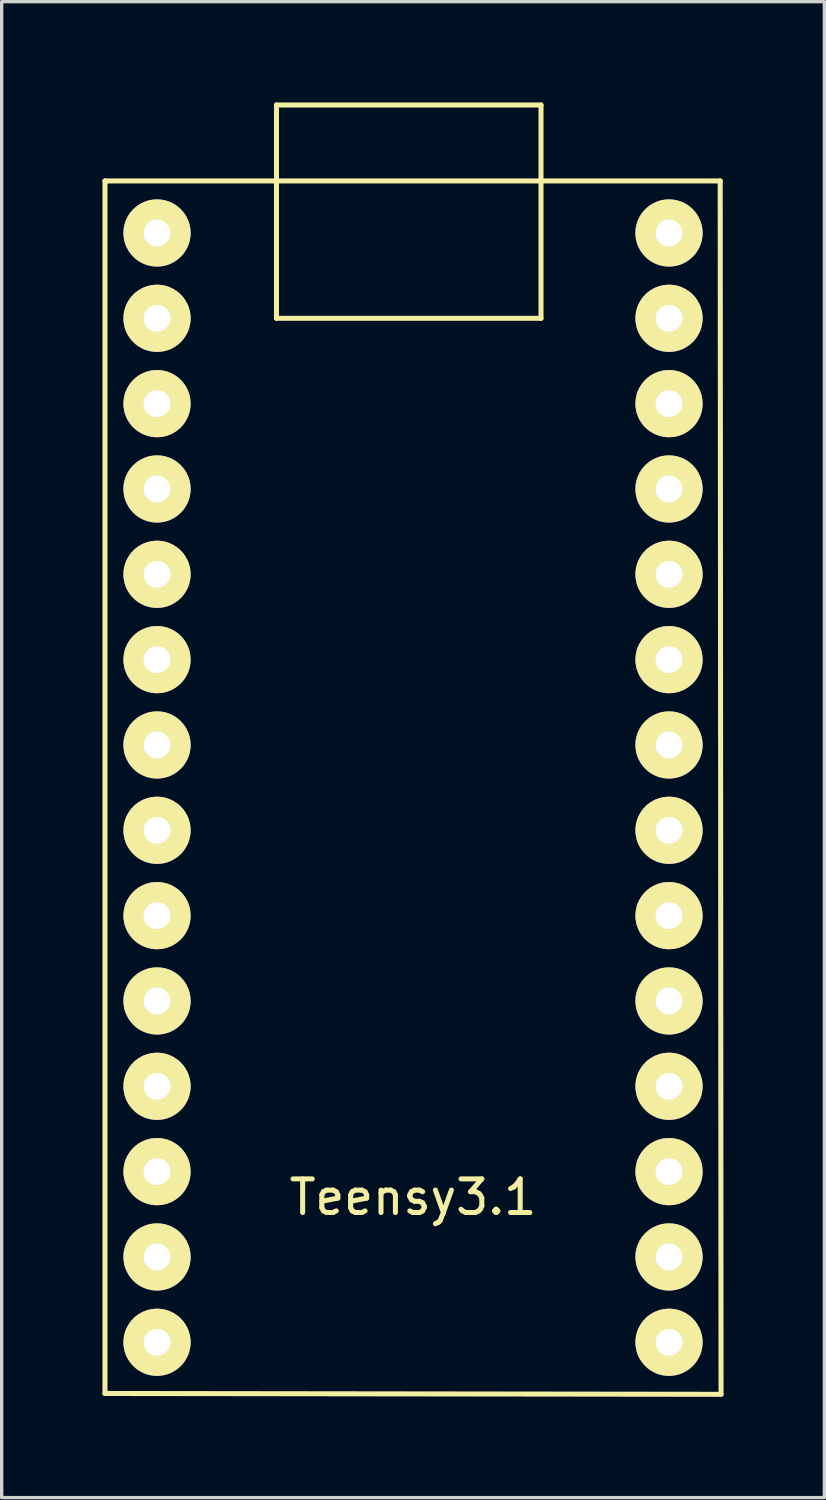
<source format=kicad_pcb>
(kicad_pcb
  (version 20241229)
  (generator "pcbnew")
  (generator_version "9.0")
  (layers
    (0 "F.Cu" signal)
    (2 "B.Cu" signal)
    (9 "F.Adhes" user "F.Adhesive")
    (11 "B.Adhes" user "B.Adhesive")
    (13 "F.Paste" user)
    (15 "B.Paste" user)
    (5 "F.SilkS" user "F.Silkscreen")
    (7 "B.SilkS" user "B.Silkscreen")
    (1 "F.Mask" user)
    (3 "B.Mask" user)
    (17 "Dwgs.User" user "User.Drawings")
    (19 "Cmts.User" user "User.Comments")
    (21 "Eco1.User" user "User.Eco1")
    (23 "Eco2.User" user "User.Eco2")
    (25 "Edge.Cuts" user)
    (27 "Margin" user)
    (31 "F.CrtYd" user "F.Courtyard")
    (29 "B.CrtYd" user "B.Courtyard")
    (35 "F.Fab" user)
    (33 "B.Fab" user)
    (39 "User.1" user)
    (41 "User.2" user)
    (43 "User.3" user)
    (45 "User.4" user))
  (footprint "Teensy3.1"
    (layer "F.Cu")
    (at 9.244 21.665)
    (property "Reference" "Teensy3.1" (at 0 10.922 0) (layer "F.SilkS") (effects (font (size 1 1) (thickness 0.15))))
    (attr through_hole)
    (fp_line (start -9.169 -19.329) (end 9.144 -19.329) (stroke (width 0.15) (type solid)) (layer "F.SilkS"))
    (fp_line (start -9.169 16.764) (end -9.169 -19.329) (stroke (width 0.15) (type solid)) (layer "F.SilkS"))
    (fp_line (start -4.064 -21.59) (end 3.81 -21.59) (stroke (width 0.15) (type solid)) (layer "F.SilkS"))
    (fp_line (start -4.064 -15.24) (end -4.064 -21.59) (stroke (width 0.15) (type solid)) (layer "F.SilkS"))
    (fp_line (start 3.81 -21.59) (end 3.81 -15.24) (stroke (width 0.15) (type solid)) (layer "F.SilkS"))
    (fp_line (start 3.81 -15.24) (end -4.064 -15.24) (stroke (width 0.15) (type solid)) (layer "F.SilkS"))
    (fp_line (start 9.144 -19.329) (end 9.169 16.789) (stroke (width 0.15) (type solid)) (layer "F.SilkS"))
    (fp_line (start 9.169 16.789) (end -9.169 16.764) (stroke (width 0.15) (type solid)) (layer "F.SilkS"))
    (pad "1" thru_hole circle (at -7.62 -17.78) (size 2 2) (drill 0.8) (layers "*.Cu" "*.Mask" "F.SilkS"))
    (pad "2" thru_hole circle (at -7.62 -15.24) (size 2 2) (drill 0.8) (layers "*.Cu" "*.Mask" "F.SilkS"))
    (pad "3" thru_hole circle (at -7.62 -12.7) (size 2 2) (drill 0.8) (layers "*.Cu" "*.Mask" "F.SilkS"))
    (pad "4" thru_hole circle (at -7.62 -10.16) (size 2 2) (drill 0.8) (layers "*.Cu" "*.Mask" "F.SilkS"))
    (pad "5" thru_hole circle (at -7.62 -7.62) (size 2 2) (drill 0.8) (layers "*.Cu" "*.Mask" "F.SilkS"))
    (pad "6" thru_hole circle (at -7.62 -5.08) (size 2 2) (drill 0.8) (layers "*.Cu" "*.Mask" "F.SilkS"))
    (pad "7" thru_hole circle (at -7.62 -2.54) (size 2 2) (drill 0.8) (layers "*.Cu" "*.Mask" "F.SilkS"))
    (pad "8" thru_hole circle (at -7.62 0) (size 2 2) (drill 0.8) (layers "*.Cu" "*.Mask" "F.SilkS"))
    (pad "9" thru_hole circle (at -7.62 2.54) (size 2 2) (drill 0.8) (layers "*.Cu" "*.Mask" "F.SilkS"))
    (pad "10" thru_hole circle (at -7.62 5.08) (size 2 2) (drill 0.8) (layers "*.Cu" "*.Mask" "F.SilkS"))
    (pad "11" thru_hole circle (at -7.62 7.62) (size 2 2) (drill 0.8) (layers "*.Cu" "*.Mask" "F.SilkS"))
    (pad "12" thru_hole circle (at -7.62 10.16) (size 2 2) (drill 0.8) (layers "*.Cu" "*.Mask" "F.SilkS"))
    (pad "13" thru_hole circle (at -7.62 12.7) (size 2 2) (drill 0.8) (layers "*.Cu" "*.Mask" "F.SilkS"))
    (pad "14" thru_hole circle (at -7.62 15.24) (size 2 2) (drill 0.8) (layers "*.Cu" "*.Mask" "F.SilkS"))
    (pad "15" thru_hole circle (at 7.62 15.24) (size 2 2) (drill 0.8) (layers "*.Cu" "*.Mask" "F.SilkS"))
    (pad "16" thru_hole circle (at 7.62 12.7) (size 2 2) (drill 0.8) (layers "*.Cu" "*.Mask" "F.SilkS"))
    (pad "17" thru_hole circle (at 7.62 10.16) (size 2 2) (drill 0.8) (layers "*.Cu" "*.Mask" "F.SilkS"))
    (pad "18" thru_hole circle (at 7.62 7.62) (size 2 2) (drill 0.8) (layers "*.Cu" "*.Mask" "F.SilkS"))
    (pad "19" thru_hole circle (at 7.62 5.08) (size 2 2) (drill 0.8) (layers "*.Cu" "*.Mask" "F.SilkS"))
    (pad "20" thru_hole circle (at 7.62 2.54) (size 2 2) (drill 0.8) (layers "*.Cu" "*.Mask" "F.SilkS"))
    (pad "21" thru_hole circle (at 7.62 0) (size 2 2) (drill 0.8) (layers "*.Cu" "*.Mask" "F.SilkS"))
    (pad "22" thru_hole circle (at 7.62 -2.54) (size 2 2) (drill 0.8) (layers "*.Cu" "*.Mask" "F.SilkS"))
    (pad "23" thru_hole circle (at 7.62 -5.08) (size 2 2) (drill 0.8) (layers "*.Cu" "*.Mask" "F.SilkS"))
    (pad "24" thru_hole circle (at 7.62 -7.62) (size 2 2) (drill 0.8) (layers "*.Cu" "*.Mask" "F.SilkS"))
    (pad "25" thru_hole circle (at 7.62 -10.16) (size 2 2) (drill 0.8) (layers "*.Cu" "*.Mask" "F.SilkS"))
    (pad "26" thru_hole circle (at 7.62 -12.7) (size 2 2) (drill 0.8) (layers "*.Cu" "*.Mask" "F.SilkS"))
    (pad "27" thru_hole circle (at 7.62 -15.24) (size 2 2) (drill 0.8) (layers "*.Cu" "*.Mask" "F.SilkS"))
    (pad "28" thru_hole circle (at 7.62 -17.78) (size 2 2) (drill 0.8) (layers "*.Cu" "*.Mask" "F.SilkS")))
  (gr_rect
    (start -3 -3)
    (end 21.489 41.529)
    (stroke (width 0.1) (type default))
    (fill no)
    (layer "Edge.Cuts")))
</source>
